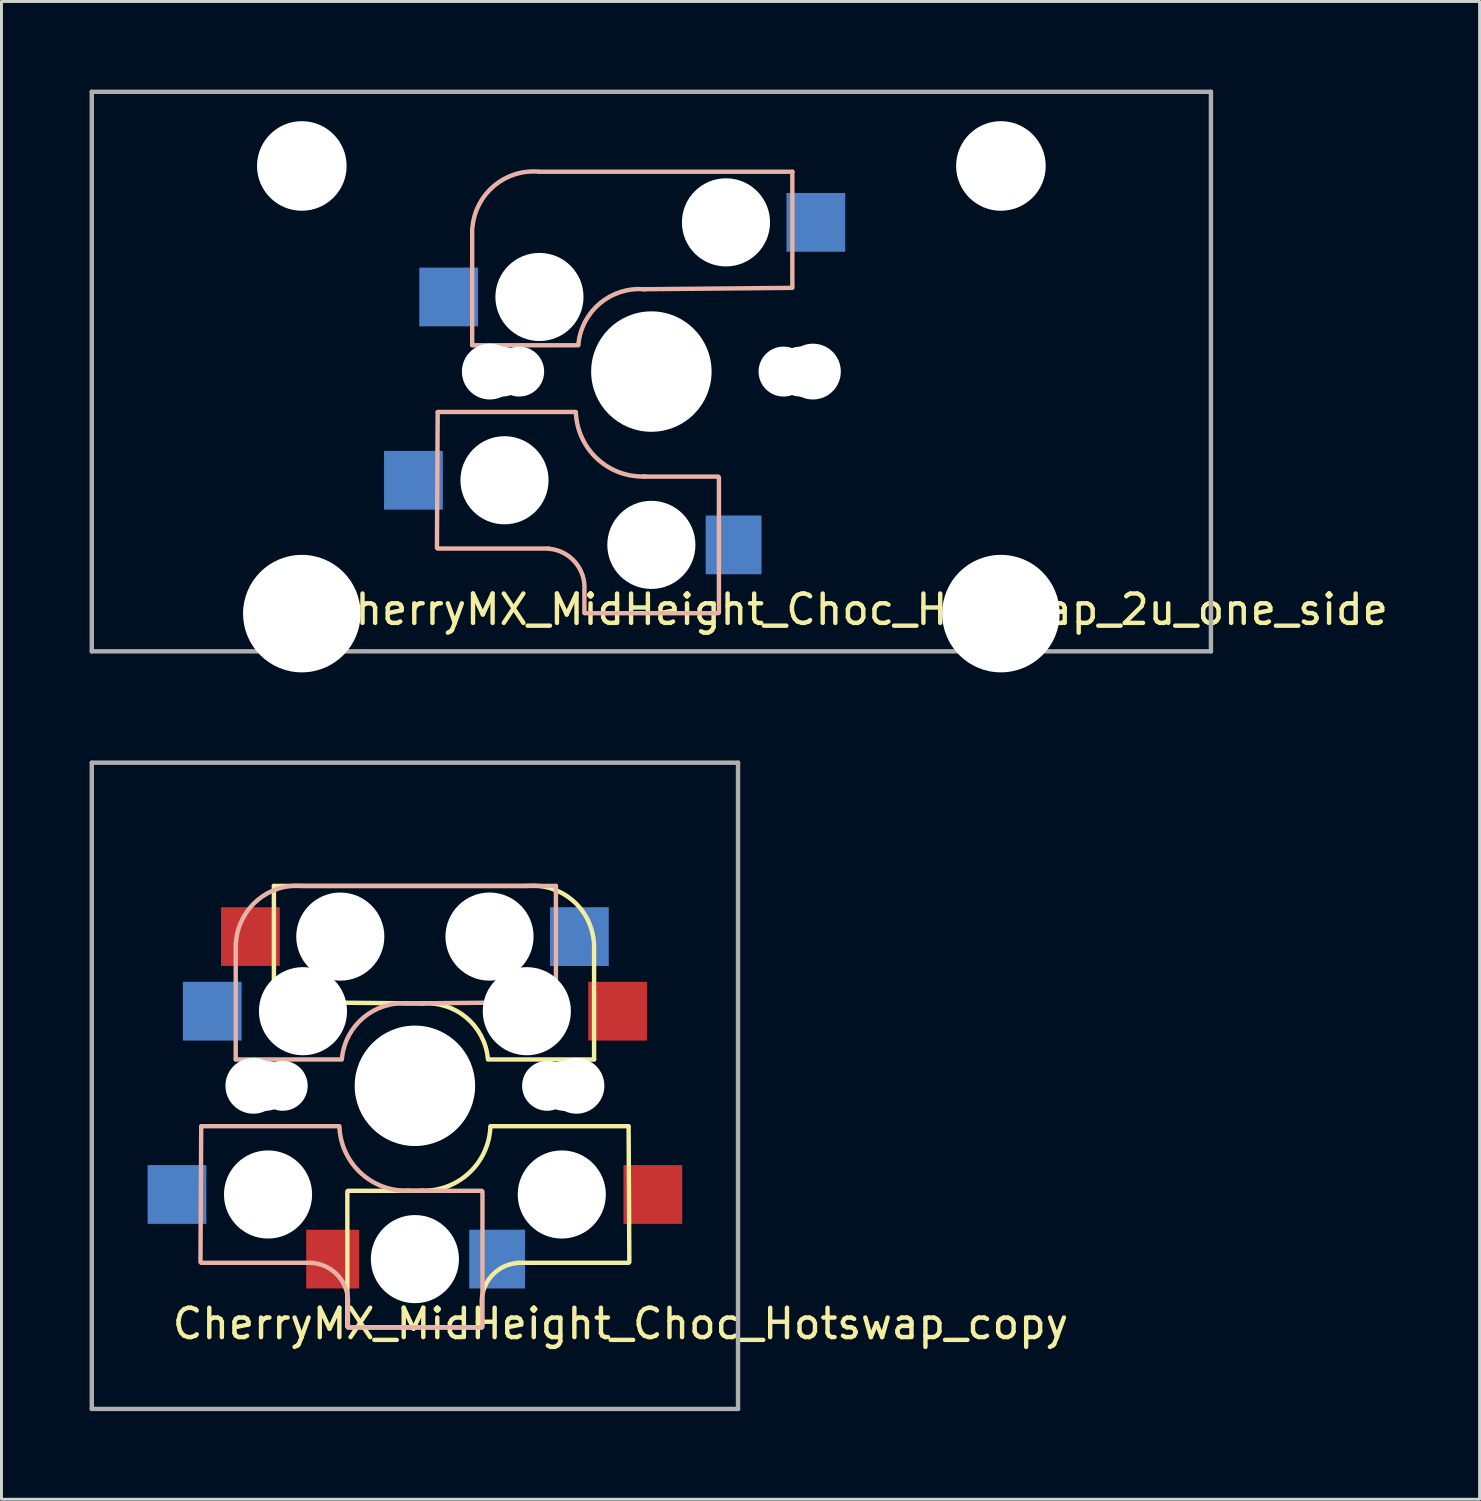
<source format=kicad_pcb>
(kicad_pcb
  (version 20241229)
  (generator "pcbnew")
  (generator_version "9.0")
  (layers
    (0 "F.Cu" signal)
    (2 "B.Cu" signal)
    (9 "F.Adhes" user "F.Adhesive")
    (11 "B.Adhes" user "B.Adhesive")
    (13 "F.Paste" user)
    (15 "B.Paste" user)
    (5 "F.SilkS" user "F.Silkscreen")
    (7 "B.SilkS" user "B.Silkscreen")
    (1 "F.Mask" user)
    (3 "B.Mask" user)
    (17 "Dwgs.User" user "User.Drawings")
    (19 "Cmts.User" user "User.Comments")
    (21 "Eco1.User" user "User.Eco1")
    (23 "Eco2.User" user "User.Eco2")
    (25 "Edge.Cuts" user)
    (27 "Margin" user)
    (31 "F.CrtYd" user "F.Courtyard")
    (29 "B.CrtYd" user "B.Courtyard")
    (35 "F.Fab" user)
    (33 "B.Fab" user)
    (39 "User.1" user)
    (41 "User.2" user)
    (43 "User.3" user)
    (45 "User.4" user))
  (footprint "CherryMX_MidHeight_Choc_Hotswap_copy"
    (layer "F.Cu")
    (at 11.075 33.915)
    (property "Reference" "CherryMX_MidHeight_Choc_Hotswap_copy" (at 7 8.1 0) (layer "F.SilkS") (effects (font (size 1 1) (thickness 0.15))))
    (attr through_hole)
    (fp_line (start -4.8 -6.804) (end 3.825 -6.804) (stroke (width 0.15) (type solid)) (layer "F.SilkS"))
    (fp_line (start -4.8 -2.896) (end -4.8 -6.804) (stroke (width 0.15) (type solid)) (layer "F.SilkS"))
    (fp_line (start -4.8 -2.85) (end 0.25 -2.804) (stroke (width 0.15) (type solid)) (layer "F.SilkS"))
    (fp_line (start -2.3 3.6) (end -2.3 8.2) (stroke (width 0.15) (type solid)) (layer "F.SilkS"))
    (fp_line (start -2.275 3.575) (end 0.275 3.575) (stroke (width 0.15) (type solid)) (layer "F.SilkS"))
    (fp_line (start -2.275 8.225) (end 2.275 8.225) (stroke (width 0.15) (type solid)) (layer "F.SilkS"))
    (fp_line (start 2.28 7.5) (end 2.28 8.2) (stroke (width 0.15) (type solid)) (layer "F.SilkS"))
    (fp_line (start 2.575 1.375) (end 7.275 1.375) (stroke (width 0.15) (type solid)) (layer "F.SilkS"))
    (fp_line (start 3.5 6.025) (end 7.275 6.025) (stroke (width 0.15) (type solid)) (layer "F.SilkS"))
    (fp_line (start 6.1 -4.85) (end 6.1 -0.905) (stroke (width 0.15) (type solid)) (layer "F.SilkS"))
    (fp_line (start 6.1 -0.896) (end 2.49 -0.896) (stroke (width 0.15) (type solid)) (layer "F.SilkS"))
    (fp_line (start 7.275 1.4) (end 7.3 6) (stroke (width 0.15) (type solid)) (layer "F.SilkS"))
    (fp_arc (start 0.225 -2.8) (mid 1.744361 -2.328061) (end 2.485 -0.92) (stroke (width 0.15) (type solid)) (layer "F.SilkS"))
    (fp_arc (start 2.28 7.45) (mid 2.595908 6.48733) (end 3.5 6.03) (stroke (width 0.15) (type solid)) (layer "F.SilkS"))
    (fp_arc (start 2.57 1.4) (mid 1.834422 2.975843) (end 0.2 3.57) (stroke (width 0.15) (type solid)) (layer "F.SilkS"))
    (fp_arc (start 3.825 -6.804) (mid 5.347189 -6.33089) (end 6.089 -4.92) (stroke (width 0.15) (type solid)) (layer "F.SilkS"))
    (fp_line (start -7.275 1.4) (end -7.3 6) (stroke (width 0.15) (type solid)) (layer "B.SilkS"))
    (fp_line (start -6.1 -4.85) (end -6.1 -0.905) (stroke (width 0.15) (type solid)) (layer "B.SilkS"))
    (fp_line (start -6.1 -0.896) (end -2.49 -0.896) (stroke (width 0.15) (type solid)) (layer "B.SilkS"))
    (fp_line (start -3.5 6.025) (end -7.275 6.025) (stroke (width 0.15) (type solid)) (layer "B.SilkS"))
    (fp_line (start -2.575 1.375) (end -7.275 1.375) (stroke (width 0.15) (type solid)) (layer "B.SilkS"))
    (fp_line (start -2.28 7.5) (end -2.28 8.2) (stroke (width 0.15) (type solid)) (layer "B.SilkS"))
    (fp_line (start 2.275 3.575) (end -0.275 3.575) (stroke (width 0.15) (type solid)) (layer "B.SilkS"))
    (fp_line (start 2.275 8.225) (end -2.275 8.225) (stroke (width 0.15) (type solid)) (layer "B.SilkS"))
    (fp_line (start 2.3 3.6) (end 2.3 8.2) (stroke (width 0.15) (type solid)) (layer "B.SilkS"))
    (fp_line (start 4.8 -6.804) (end -3.825 -6.804) (stroke (width 0.15) (type solid)) (layer "B.SilkS"))
    (fp_line (start 4.8 -2.896) (end 4.8 -6.804) (stroke (width 0.15) (type solid)) (layer "B.SilkS"))
    (fp_line (start 4.8 -2.85) (end -0.25 -2.804) (stroke (width 0.15) (type solid)) (layer "B.SilkS"))
    (fp_arc (start -6.089 -4.92) (mid -5.347189 -6.33089) (end -3.825 -6.804) (stroke (width 0.15) (type solid)) (layer "B.SilkS"))
    (fp_arc (start -3.5 6.03) (mid -2.595908 6.48733) (end -2.28 7.45) (stroke (width 0.15) (type solid)) (layer "B.SilkS"))
    (fp_arc (start -2.485 -0.92) (mid -1.744361 -2.328061) (end -0.225 -2.8) (stroke (width 0.15) (type solid)) (layer "B.SilkS"))
    (fp_arc (start -0.2 3.57) (mid -1.834422 2.975843) (end -2.57 1.4) (stroke (width 0.15) (type solid)) (layer "B.SilkS"))
    (fp_line (start -9 -9) (end 9 -9) (stroke (width 0.15) (type solid)) (layer "Eco2.User"))
    (fp_line (start -9 9) (end -9 -9) (stroke (width 0.15) (type solid)) (layer "Eco2.User"))
    (fp_line (start -7 -7) (end 7 -7) (stroke (width 0.15) (type solid)) (layer "Eco2.User"))
    (fp_line (start -7 7) (end -7 -7) (stroke (width 0.15) (type solid)) (layer "Eco2.User"))
    (fp_line (start 7 -7) (end 7 7) (stroke (width 0.15) (type solid)) (layer "Eco2.User"))
    (fp_line (start 7 7) (end -7 7) (stroke (width 0.15) (type solid)) (layer "Eco2.User"))
    (fp_line (start 9 -9) (end 9 9) (stroke (width 0.15) (type solid)) (layer "Eco2.User"))
    (fp_line (start 9 9) (end -9 9) (stroke (width 0.15) (type solid)) (layer "Eco2.User"))
    (fp_line (start -11 -11) (end -11 11) (stroke (width 0.15) (type solid)) (layer "F.Fab"))
    (fp_line (start -11 11) (end 11 11) (stroke (width 0.15) (type solid)) (layer "F.Fab"))
    (fp_line (start 11 -11) (end -11 -11) (stroke (width 0.15) (type solid)) (layer "F.Fab"))
    (fp_line (start 11 11) (end 11 -11) (stroke (width 0.15) (type solid)) (layer "F.Fab"))
    (pad "" np_thru_hole circle (at -5.5 0 90) (size 1.9 1.9) (drill 1.9) (layers "*.Cu" "*.Mask"))
    (pad "" np_thru_hole circle (at -5.08 0) (size 1.7 1.7) (drill 1.7) (layers "*.Cu" "*.Mask"))
    (pad "" np_thru_hole circle (at -5 3.7 90) (size 3 3) (drill 3) (layers "*.Cu" "*.Mask"))
    (pad "" np_thru_hole circle (at -4.5 0) (size 1.7 1.7) (drill 1.7) (layers "*.Cu" "*.Mask"))
    (pad "" np_thru_hole circle (at -3.81 -2.54 180) (size 3 3) (drill 3) (layers "*.Cu" "*.Mask"))
    (pad "" np_thru_hole circle (at -2.54 -5.08 180) (size 3 3) (drill 3) (layers "*.Cu" "*.Mask"))
    (pad "" np_thru_hole circle (at 0 0 90) (size 4.1 4.1) (drill 4.1) (layers "*.Cu" "*.Mask"))
    (pad "" np_thru_hole circle (at 0 5.9 90) (size 3 3) (drill 3) (layers "*.Cu" "*.Mask"))
    (pad "" np_thru_hole circle (at 2.54 -5.08 180) (size 3 3) (drill 3) (layers "*.Cu" "*.Mask"))
    (pad "" np_thru_hole circle (at 3.81 -2.54 180) (size 3 3) (drill 3) (layers "*.Cu" "*.Mask"))
    (pad "" np_thru_hole circle (at 4.5 0) (size 1.7 1.7) (drill 1.7) (layers "*.Cu" "*.Mask"))
    (pad "" np_thru_hole circle (at 5 3.7 270) (size 3 3) (drill 3) (layers "*.Cu" "*.Mask"))
    (pad "" np_thru_hole circle (at 5.08 0) (size 1.7 1.7) (drill 1.7) (layers "*.Cu" "*.Mask"))
    (pad "" np_thru_hole circle (at 5.5 0 90) (size 1.9 1.9) (drill 1.9) (layers "*.Cu" "*.Mask"))
    (pad "1" smd rect (at -8.1 3.7 180) (size 2 2) (layers "B.Cu" "B.Mask" "B.Paste"))
    (pad "1" smd rect (at -6.9 -2.54 180) (size 2 2) (layers "B.Cu" "B.Mask" "B.Paste"))
    (pad "1" smd rect (at -5.6 -5.08 180) (size 2 2) (layers "F.Cu" "F.Mask" "F.Paste"))
    (pad "1" smd rect (at 8.1 3.7 180) (size 2 2) (layers "F.Cu" "F.Mask" "F.Paste"))
    (pad "2" smd rect (at -2.8 5.9 180) (size 1.8 2) (layers "F.Cu" "F.Mask" "F.Paste"))
    (pad "2" smd rect (at 2.8 5.9 180) (size 1.9 2) (layers "B.Cu" "B.Mask" "B.Paste"))
    (pad "2" smd rect (at 5.6 -5.08 180) (size 2 2) (layers "B.Cu" "B.Mask" "B.Paste"))
    (pad "2" smd rect (at 6.9 -2.54 180) (size 2 2) (layers "F.Cu" "F.Mask" "F.Paste")))
  (footprint "CherryMX_MidHeight_Choc_Hotswap_2u_one_side"
    (layer "F.Cu")
    (at 19.125 9.6)
    (property "Reference" "CherryMX_MidHeight_Choc_Hotswap_2u_one_side" (at 7 8.1 0) (layer "F.SilkS") (effects (font (size 1 1) (thickness 0.15))))
    (attr through_hole)
    (fp_line (start -7.275 1.4) (end -7.3 6) (stroke (width 0.15) (type solid)) (layer "B.SilkS"))
    (fp_line (start -6.1 -4.85) (end -6.1 -0.905) (stroke (width 0.15) (type solid)) (layer "B.SilkS"))
    (fp_line (start -6.1 -0.896) (end -2.49 -0.896) (stroke (width 0.15) (type solid)) (layer "B.SilkS"))
    (fp_line (start -3.5 6.025) (end -7.275 6.025) (stroke (width 0.15) (type solid)) (layer "B.SilkS"))
    (fp_line (start -2.575 1.375) (end -7.275 1.375) (stroke (width 0.15) (type solid)) (layer "B.SilkS"))
    (fp_line (start -2.28 7.5) (end -2.28 8.2) (stroke (width 0.15) (type solid)) (layer "B.SilkS"))
    (fp_line (start 2.275 3.575) (end -0.275 3.575) (stroke (width 0.15) (type solid)) (layer "B.SilkS"))
    (fp_line (start 2.275 8.225) (end -2.275 8.225) (stroke (width 0.15) (type solid)) (layer "B.SilkS"))
    (fp_line (start 2.3 3.6) (end 2.3 8.2) (stroke (width 0.15) (type solid)) (layer "B.SilkS"))
    (fp_line (start 4.8 -6.804) (end -3.825 -6.804) (stroke (width 0.15) (type solid)) (layer "B.SilkS"))
    (fp_line (start 4.8 -2.896) (end 4.8 -6.804) (stroke (width 0.15) (type solid)) (layer "B.SilkS"))
    (fp_line (start 4.8 -2.85) (end -0.25 -2.804) (stroke (width 0.15) (type solid)) (layer "B.SilkS"))
    (fp_arc (start -6.089 -4.92) (mid -5.347189 -6.33089) (end -3.825 -6.804) (stroke (width 0.15) (type solid)) (layer "B.SilkS"))
    (fp_arc (start -3.5 6.03) (mid -2.595908 6.48733) (end -2.28 7.45) (stroke (width 0.15) (type solid)) (layer "B.SilkS"))
    (fp_arc (start -2.485 -0.92) (mid -1.744361 -2.328061) (end -0.225 -2.8) (stroke (width 0.15) (type solid)) (layer "B.SilkS"))
    (fp_arc (start -0.2 3.57) (mid -1.834422 2.975843) (end -2.57 1.4) (stroke (width 0.15) (type solid)) (layer "B.SilkS"))
    (fp_line (start -7 -7) (end 7 -7) (stroke (width 0.15) (type solid)) (layer "Eco2.User"))
    (fp_line (start -7 7) (end -7 -7) (stroke (width 0.15) (type solid)) (layer "Eco2.User"))
    (fp_line (start 7 -7) (end 7 7) (stroke (width 0.15) (type solid)) (layer "Eco2.User"))
    (fp_line (start 7 7) (end -7 7) (stroke (width 0.15) (type solid)) (layer "Eco2.User"))
    (fp_line (start -19.05 -9.525) (end -19.05 9.525) (stroke (width 0.15) (type solid)) (layer "F.Fab"))
    (fp_line (start -19.05 9.525) (end 19.05 9.525) (stroke (width 0.15) (type solid)) (layer "F.Fab"))
    (fp_line (start 19.05 -9.525) (end -19.05 -9.525) (stroke (width 0.15) (type solid)) (layer "F.Fab"))
    (fp_line (start 19.05 9.525) (end 19.05 -9.525) (stroke (width 0.15) (type solid)) (layer "F.Fab"))
    (pad "" np_thru_hole circle (at -11.9 -7) (size 3.05 3.05) (drill 3.05) (layers "*.Cu" "*.Mask"))
    (pad "" np_thru_hole circle (at -11.9 8.24) (size 4 4) (drill 4) (layers "*.Cu" "*.Mask"))
    (pad "" np_thru_hole circle (at -5.5 0 90) (size 1.9 1.9) (drill 1.9) (layers "*.Cu" "*.Mask"))
    (pad "" np_thru_hole circle (at -5.08 0) (size 1.7 1.7) (drill 1.7) (layers "*.Cu" "*.Mask"))
    (pad "" np_thru_hole circle (at -5 3.7 90) (size 3 3) (drill 3) (layers "*.Cu" "*.Mask"))
    (pad "" np_thru_hole circle (at -4.5 0) (size 1.7 1.7) (drill 1.7) (layers "*.Cu" "*.Mask"))
    (pad "" np_thru_hole circle (at -3.81 -2.54 180) (size 3 3) (drill 3) (layers "*.Cu" "*.Mask"))
    (pad "" np_thru_hole circle (at 0 0 90) (size 4.1 4.1) (drill 4.1) (layers "*.Cu" "*.Mask"))
    (pad "" np_thru_hole circle (at 0 5.9 90) (size 3 3) (drill 3) (layers "*.Cu" "*.Mask"))
    (pad "" np_thru_hole circle (at 2.54 -5.08 180) (size 3 3) (drill 3) (layers "*.Cu" "*.Mask"))
    (pad "" np_thru_hole circle (at 4.5 0) (size 1.7 1.7) (drill 1.7) (layers "*.Cu" "*.Mask"))
    (pad "" np_thru_hole circle (at 5.08 0) (size 1.7 1.7) (drill 1.7) (layers "*.Cu" "*.Mask"))
    (pad "" np_thru_hole circle (at 5.5 0 90) (size 1.9 1.9) (drill 1.9) (layers "*.Cu" "*.Mask"))
    (pad "" np_thru_hole circle (at 11.9 -7) (size 3.05 3.05) (drill 3.05) (layers "*.Cu" "*.Mask"))
    (pad "" np_thru_hole circle (at 11.9 8.24) (size 4 4) (drill 4) (layers "*.Cu" "*.Mask"))
    (pad "1" smd rect (at -8.1 3.7 180) (size 2 2) (layers "B.Cu" "B.Mask" "B.Paste"))
    (pad "1" smd rect (at -6.9 -2.54 180) (size 2 2) (layers "B.Cu" "B.Mask" "B.Paste"))
    (pad "2" smd rect (at 2.8 5.9 180) (size 1.9 2) (layers "B.Cu" "B.Mask" "B.Paste"))
    (pad "2" smd rect (at 5.6 -5.08 180) (size 2 2) (layers "B.Cu" "B.Mask" "B.Paste")))
  (gr_rect
    (start -3 -3)
    (end 47.321 47.99)
    (stroke (width 0.1) (type default))
    (fill no)
    (layer "Edge.Cuts")))
</source>
